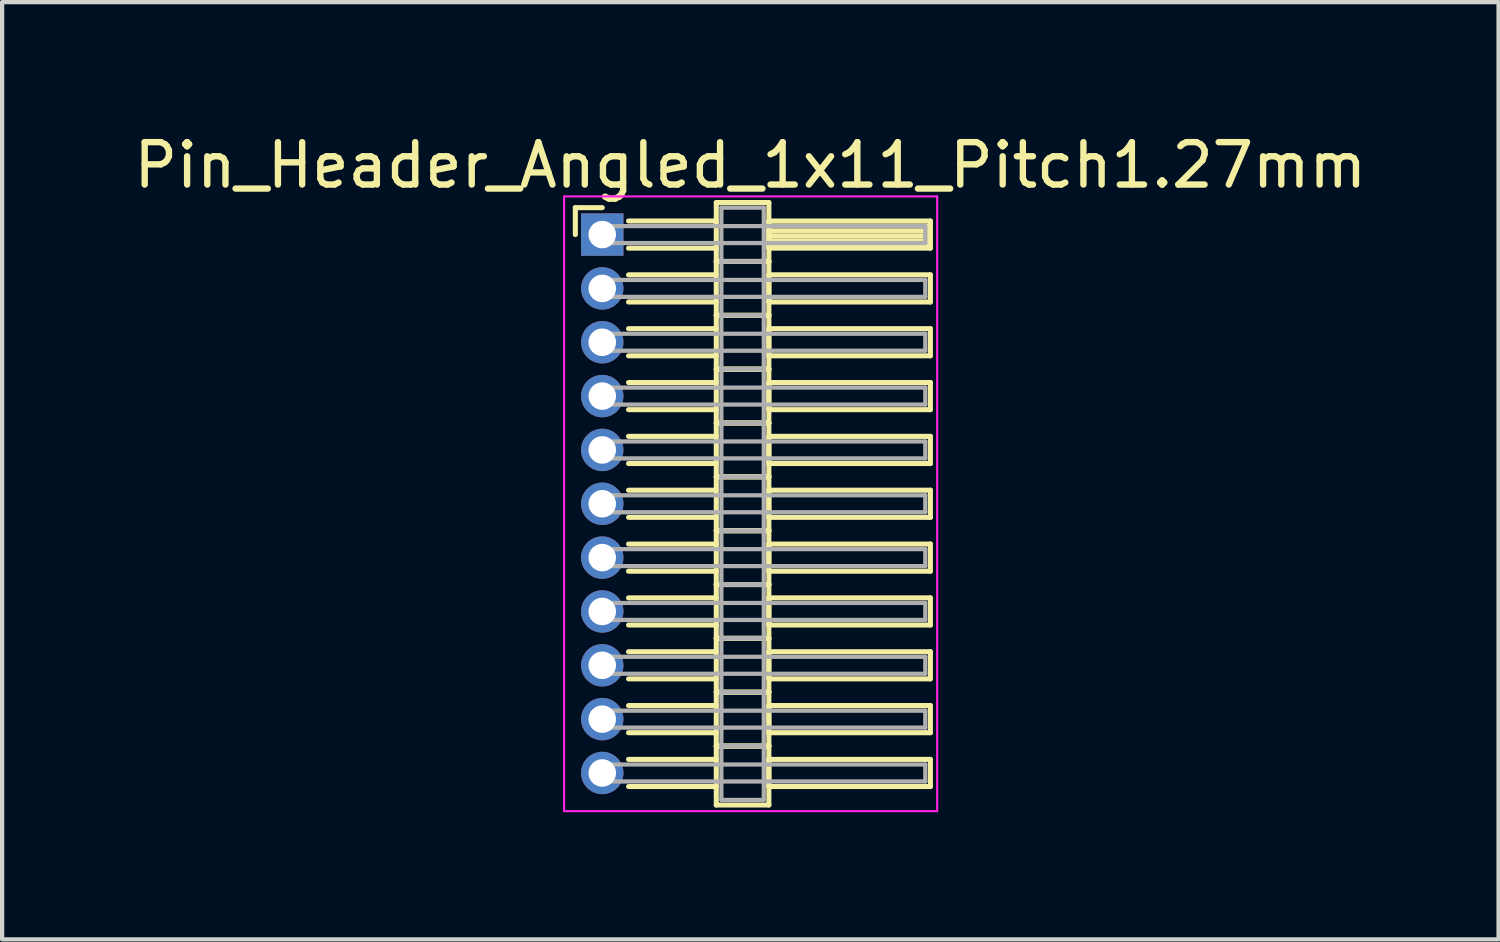
<source format=kicad_pcb>
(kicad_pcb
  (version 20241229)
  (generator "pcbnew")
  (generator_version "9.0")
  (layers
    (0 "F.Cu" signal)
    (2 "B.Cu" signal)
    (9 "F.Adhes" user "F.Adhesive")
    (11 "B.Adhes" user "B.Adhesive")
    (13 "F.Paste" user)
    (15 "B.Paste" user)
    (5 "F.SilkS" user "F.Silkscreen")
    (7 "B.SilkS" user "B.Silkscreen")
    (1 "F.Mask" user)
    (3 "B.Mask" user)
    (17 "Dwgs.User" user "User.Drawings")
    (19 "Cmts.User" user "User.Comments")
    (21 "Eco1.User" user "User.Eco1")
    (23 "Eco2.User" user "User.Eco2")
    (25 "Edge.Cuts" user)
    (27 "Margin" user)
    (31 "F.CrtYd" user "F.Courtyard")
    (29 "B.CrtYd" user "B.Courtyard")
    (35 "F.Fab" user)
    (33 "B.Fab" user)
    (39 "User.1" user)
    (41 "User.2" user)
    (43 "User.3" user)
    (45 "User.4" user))
  (footprint "Pin_Header_Angled_1x11_Pitch1.27mm"
    (layer "F.Cu")
    (at 11.156 2.483)
    (property "Reference" "Pin_Header_Angled_1x11_Pitch1.27mm" (at 3.493 -1.635 0) (layer "F.SilkS") (effects (font (size 1 1) (thickness 0.15))))
    (attr through_hole)
    (fp_line (start -0.635 -0.635) (end 0 -0.635) (stroke (width 0.12) (type solid)) (layer "F.SilkS"))
    (fp_line (start -0.635 0) (end -0.635 -0.635) (stroke (width 0.12) (type solid)) (layer "F.SilkS"))
    (fp_line (start 0.62 -0.32) (end 2.69 -0.32) (stroke (width 0.12) (type solid)) (layer "F.SilkS"))
    (fp_line (start 0.62 0.32) (end 2.69 0.32) (stroke (width 0.12) (type solid)) (layer "F.SilkS"))
    (fp_line (start 0.62 0.95) (end 2.69 0.95) (stroke (width 0.12) (type solid)) (layer "F.SilkS"))
    (fp_line (start 0.62 1.59) (end 2.69 1.59) (stroke (width 0.12) (type solid)) (layer "F.SilkS"))
    (fp_line (start 0.62 2.22) (end 2.69 2.22) (stroke (width 0.12) (type solid)) (layer "F.SilkS"))
    (fp_line (start 0.62 2.86) (end 2.69 2.86) (stroke (width 0.12) (type solid)) (layer "F.SilkS"))
    (fp_line (start 0.62 3.49) (end 2.69 3.49) (stroke (width 0.12) (type solid)) (layer "F.SilkS"))
    (fp_line (start 0.62 4.13) (end 2.69 4.13) (stroke (width 0.12) (type solid)) (layer "F.SilkS"))
    (fp_line (start 0.62 4.76) (end 2.69 4.76) (stroke (width 0.12) (type solid)) (layer "F.SilkS"))
    (fp_line (start 0.62 5.4) (end 2.69 5.4) (stroke (width 0.12) (type solid)) (layer "F.SilkS"))
    (fp_line (start 0.62 6.03) (end 2.69 6.03) (stroke (width 0.12) (type solid)) (layer "F.SilkS"))
    (fp_line (start 0.62 6.67) (end 2.69 6.67) (stroke (width 0.12) (type solid)) (layer "F.SilkS"))
    (fp_line (start 0.62 7.3) (end 2.69 7.3) (stroke (width 0.12) (type solid)) (layer "F.SilkS"))
    (fp_line (start 0.62 7.94) (end 2.69 7.94) (stroke (width 0.12) (type solid)) (layer "F.SilkS"))
    (fp_line (start 0.62 8.57) (end 2.69 8.57) (stroke (width 0.12) (type solid)) (layer "F.SilkS"))
    (fp_line (start 0.62 9.21) (end 2.69 9.21) (stroke (width 0.12) (type solid)) (layer "F.SilkS"))
    (fp_line (start 0.62 9.84) (end 2.69 9.84) (stroke (width 0.12) (type solid)) (layer "F.SilkS"))
    (fp_line (start 0.62 10.48) (end 2.69 10.48) (stroke (width 0.12) (type solid)) (layer "F.SilkS"))
    (fp_line (start 0.62 11.11) (end 2.69 11.11) (stroke (width 0.12) (type solid)) (layer "F.SilkS"))
    (fp_line (start 0.62 11.75) (end 2.69 11.75) (stroke (width 0.12) (type solid)) (layer "F.SilkS"))
    (fp_line (start 0.62 12.38) (end 2.69 12.38) (stroke (width 0.12) (type solid)) (layer "F.SilkS"))
    (fp_line (start 0.62 13.02) (end 2.69 13.02) (stroke (width 0.12) (type solid)) (layer "F.SilkS"))
    (fp_line (start 2.69 -0.755) (end 2.69 0.635) (stroke (width 0.12) (type solid)) (layer "F.SilkS"))
    (fp_line (start 2.69 0.635) (end 2.69 1.905) (stroke (width 0.12) (type solid)) (layer "F.SilkS"))
    (fp_line (start 2.69 0.635) (end 3.93 0.635) (stroke (width 0.12) (type solid)) (layer "F.SilkS"))
    (fp_line (start 2.69 1.905) (end 2.69 3.175) (stroke (width 0.12) (type solid)) (layer "F.SilkS"))
    (fp_line (start 2.69 1.905) (end 3.93 1.905) (stroke (width 0.12) (type solid)) (layer "F.SilkS"))
    (fp_line (start 2.69 3.175) (end 2.69 4.445) (stroke (width 0.12) (type solid)) (layer "F.SilkS"))
    (fp_line (start 2.69 3.175) (end 3.93 3.175) (stroke (width 0.12) (type solid)) (layer "F.SilkS"))
    (fp_line (start 2.69 4.445) (end 2.69 5.715) (stroke (width 0.12) (type solid)) (layer "F.SilkS"))
    (fp_line (start 2.69 4.445) (end 3.93 4.445) (stroke (width 0.12) (type solid)) (layer "F.SilkS"))
    (fp_line (start 2.69 5.715) (end 2.69 6.985) (stroke (width 0.12) (type solid)) (layer "F.SilkS"))
    (fp_line (start 2.69 5.715) (end 3.93 5.715) (stroke (width 0.12) (type solid)) (layer "F.SilkS"))
    (fp_line (start 2.69 6.985) (end 2.69 8.255) (stroke (width 0.12) (type solid)) (layer "F.SilkS"))
    (fp_line (start 2.69 6.985) (end 3.93 6.985) (stroke (width 0.12) (type solid)) (layer "F.SilkS"))
    (fp_line (start 2.69 8.255) (end 2.69 9.525) (stroke (width 0.12) (type solid)) (layer "F.SilkS"))
    (fp_line (start 2.69 8.255) (end 3.93 8.255) (stroke (width 0.12) (type solid)) (layer "F.SilkS"))
    (fp_line (start 2.69 9.525) (end 2.69 10.795) (stroke (width 0.12) (type solid)) (layer "F.SilkS"))
    (fp_line (start 2.69 9.525) (end 3.93 9.525) (stroke (width 0.12) (type solid)) (layer "F.SilkS"))
    (fp_line (start 2.69 10.795) (end 2.69 12.065) (stroke (width 0.12) (type solid)) (layer "F.SilkS"))
    (fp_line (start 2.69 10.795) (end 3.93 10.795) (stroke (width 0.12) (type solid)) (layer "F.SilkS"))
    (fp_line (start 2.69 12.065) (end 2.69 13.455) (stroke (width 0.12) (type solid)) (layer "F.SilkS"))
    (fp_line (start 2.69 12.065) (end 3.93 12.065) (stroke (width 0.12) (type solid)) (layer "F.SilkS"))
    (fp_line (start 2.69 13.455) (end 3.93 13.455) (stroke (width 0.12) (type solid)) (layer "F.SilkS"))
    (fp_line (start 3.93 -0.755) (end 2.69 -0.755) (stroke (width 0.12) (type solid)) (layer "F.SilkS"))
    (fp_line (start 3.93 -0.32) (end 3.93 0.32) (stroke (width 0.12) (type solid)) (layer "F.SilkS"))
    (fp_line (start 3.93 -0.2) (end 7.74 -0.2) (stroke (width 0.12) (type solid)) (layer "F.SilkS"))
    (fp_line (start 3.93 -0.08) (end 7.74 -0.08) (stroke (width 0.12) (type solid)) (layer "F.SilkS"))
    (fp_line (start 3.93 0.04) (end 7.74 0.04) (stroke (width 0.12) (type solid)) (layer "F.SilkS"))
    (fp_line (start 3.93 0.16) (end 7.74 0.16) (stroke (width 0.12) (type solid)) (layer "F.SilkS"))
    (fp_line (start 3.93 0.28) (end 7.74 0.28) (stroke (width 0.12) (type solid)) (layer "F.SilkS"))
    (fp_line (start 3.93 0.32) (end 7.74 0.32) (stroke (width 0.12) (type solid)) (layer "F.SilkS"))
    (fp_line (start 3.93 0.635) (end 2.69 0.635) (stroke (width 0.12) (type solid)) (layer "F.SilkS"))
    (fp_line (start 3.93 0.635) (end 3.93 -0.755) (stroke (width 0.12) (type solid)) (layer "F.SilkS"))
    (fp_line (start 3.93 0.95) (end 3.93 1.59) (stroke (width 0.12) (type solid)) (layer "F.SilkS"))
    (fp_line (start 3.93 1.59) (end 7.74 1.59) (stroke (width 0.12) (type solid)) (layer "F.SilkS"))
    (fp_line (start 3.93 1.905) (end 2.69 1.905) (stroke (width 0.12) (type solid)) (layer "F.SilkS"))
    (fp_line (start 3.93 1.905) (end 3.93 0.635) (stroke (width 0.12) (type solid)) (layer "F.SilkS"))
    (fp_line (start 3.93 2.22) (end 3.93 2.86) (stroke (width 0.12) (type solid)) (layer "F.SilkS"))
    (fp_line (start 3.93 2.86) (end 7.74 2.86) (stroke (width 0.12) (type solid)) (layer "F.SilkS"))
    (fp_line (start 3.93 3.175) (end 2.69 3.175) (stroke (width 0.12) (type solid)) (layer "F.SilkS"))
    (fp_line (start 3.93 3.175) (end 3.93 1.905) (stroke (width 0.12) (type solid)) (layer "F.SilkS"))
    (fp_line (start 3.93 3.49) (end 3.93 4.13) (stroke (width 0.12) (type solid)) (layer "F.SilkS"))
    (fp_line (start 3.93 4.13) (end 7.74 4.13) (stroke (width 0.12) (type solid)) (layer "F.SilkS"))
    (fp_line (start 3.93 4.445) (end 2.69 4.445) (stroke (width 0.12) (type solid)) (layer "F.SilkS"))
    (fp_line (start 3.93 4.445) (end 3.93 3.175) (stroke (width 0.12) (type solid)) (layer "F.SilkS"))
    (fp_line (start 3.93 4.76) (end 3.93 5.4) (stroke (width 0.12) (type solid)) (layer "F.SilkS"))
    (fp_line (start 3.93 5.4) (end 7.74 5.4) (stroke (width 0.12) (type solid)) (layer "F.SilkS"))
    (fp_line (start 3.93 5.715) (end 2.69 5.715) (stroke (width 0.12) (type solid)) (layer "F.SilkS"))
    (fp_line (start 3.93 5.715) (end 3.93 4.445) (stroke (width 0.12) (type solid)) (layer "F.SilkS"))
    (fp_line (start 3.93 6.03) (end 3.93 6.67) (stroke (width 0.12) (type solid)) (layer "F.SilkS"))
    (fp_line (start 3.93 6.67) (end 7.74 6.67) (stroke (width 0.12) (type solid)) (layer "F.SilkS"))
    (fp_line (start 3.93 6.985) (end 2.69 6.985) (stroke (width 0.12) (type solid)) (layer "F.SilkS"))
    (fp_line (start 3.93 6.985) (end 3.93 5.715) (stroke (width 0.12) (type solid)) (layer "F.SilkS"))
    (fp_line (start 3.93 7.3) (end 3.93 7.94) (stroke (width 0.12) (type solid)) (layer "F.SilkS"))
    (fp_line (start 3.93 7.94) (end 7.74 7.94) (stroke (width 0.12) (type solid)) (layer "F.SilkS"))
    (fp_line (start 3.93 8.255) (end 2.69 8.255) (stroke (width 0.12) (type solid)) (layer "F.SilkS"))
    (fp_line (start 3.93 8.255) (end 3.93 6.985) (stroke (width 0.12) (type solid)) (layer "F.SilkS"))
    (fp_line (start 3.93 8.57) (end 3.93 9.21) (stroke (width 0.12) (type solid)) (layer "F.SilkS"))
    (fp_line (start 3.93 9.21) (end 7.74 9.21) (stroke (width 0.12) (type solid)) (layer "F.SilkS"))
    (fp_line (start 3.93 9.525) (end 2.69 9.525) (stroke (width 0.12) (type solid)) (layer "F.SilkS"))
    (fp_line (start 3.93 9.525) (end 3.93 8.255) (stroke (width 0.12) (type solid)) (layer "F.SilkS"))
    (fp_line (start 3.93 9.84) (end 3.93 10.48) (stroke (width 0.12) (type solid)) (layer "F.SilkS"))
    (fp_line (start 3.93 10.48) (end 7.74 10.48) (stroke (width 0.12) (type solid)) (layer "F.SilkS"))
    (fp_line (start 3.93 10.795) (end 2.69 10.795) (stroke (width 0.12) (type solid)) (layer "F.SilkS"))
    (fp_line (start 3.93 10.795) (end 3.93 9.525) (stroke (width 0.12) (type solid)) (layer "F.SilkS"))
    (fp_line (start 3.93 11.11) (end 3.93 11.75) (stroke (width 0.12) (type solid)) (layer "F.SilkS"))
    (fp_line (start 3.93 11.75) (end 7.74 11.75) (stroke (width 0.12) (type solid)) (layer "F.SilkS"))
    (fp_line (start 3.93 12.065) (end 2.69 12.065) (stroke (width 0.12) (type solid)) (layer "F.SilkS"))
    (fp_line (start 3.93 12.065) (end 3.93 10.795) (stroke (width 0.12) (type solid)) (layer "F.SilkS"))
    (fp_line (start 3.93 12.38) (end 3.93 13.02) (stroke (width 0.12) (type solid)) (layer "F.SilkS"))
    (fp_line (start 3.93 13.02) (end 7.74 13.02) (stroke (width 0.12) (type solid)) (layer "F.SilkS"))
    (fp_line (start 3.93 13.455) (end 3.93 12.065) (stroke (width 0.12) (type solid)) (layer "F.SilkS"))
    (fp_line (start 7.74 -0.32) (end 3.93 -0.32) (stroke (width 0.12) (type solid)) (layer "F.SilkS"))
    (fp_line (start 7.74 0.32) (end 7.74 -0.32) (stroke (width 0.12) (type solid)) (layer "F.SilkS"))
    (fp_line (start 7.74 0.95) (end 3.93 0.95) (stroke (width 0.12) (type solid)) (layer "F.SilkS"))
    (fp_line (start 7.74 1.59) (end 7.74 0.95) (stroke (width 0.12) (type solid)) (layer "F.SilkS"))
    (fp_line (start 7.74 2.22) (end 3.93 2.22) (stroke (width 0.12) (type solid)) (layer "F.SilkS"))
    (fp_line (start 7.74 2.86) (end 7.74 2.22) (stroke (width 0.12) (type solid)) (layer "F.SilkS"))
    (fp_line (start 7.74 3.49) (end 3.93 3.49) (stroke (width 0.12) (type solid)) (layer "F.SilkS"))
    (fp_line (start 7.74 4.13) (end 7.74 3.49) (stroke (width 0.12) (type solid)) (layer "F.SilkS"))
    (fp_line (start 7.74 4.76) (end 3.93 4.76) (stroke (width 0.12) (type solid)) (layer "F.SilkS"))
    (fp_line (start 7.74 5.4) (end 7.74 4.76) (stroke (width 0.12) (type solid)) (layer "F.SilkS"))
    (fp_line (start 7.74 6.03) (end 3.93 6.03) (stroke (width 0.12) (type solid)) (layer "F.SilkS"))
    (fp_line (start 7.74 6.67) (end 7.74 6.03) (stroke (width 0.12) (type solid)) (layer "F.SilkS"))
    (fp_line (start 7.74 7.3) (end 3.93 7.3) (stroke (width 0.12) (type solid)) (layer "F.SilkS"))
    (fp_line (start 7.74 7.94) (end 7.74 7.3) (stroke (width 0.12) (type solid)) (layer "F.SilkS"))
    (fp_line (start 7.74 8.57) (end 3.93 8.57) (stroke (width 0.12) (type solid)) (layer "F.SilkS"))
    (fp_line (start 7.74 9.21) (end 7.74 8.57) (stroke (width 0.12) (type solid)) (layer "F.SilkS"))
    (fp_line (start 7.74 9.84) (end 3.93 9.84) (stroke (width 0.12) (type solid)) (layer "F.SilkS"))
    (fp_line (start 7.74 10.48) (end 7.74 9.84) (stroke (width 0.12) (type solid)) (layer "F.SilkS"))
    (fp_line (start 7.74 11.11) (end 3.93 11.11) (stroke (width 0.12) (type solid)) (layer "F.SilkS"))
    (fp_line (start 7.74 11.75) (end 7.74 11.11) (stroke (width 0.12) (type solid)) (layer "F.SilkS"))
    (fp_line (start 7.74 12.38) (end 3.93 12.38) (stroke (width 0.12) (type solid)) (layer "F.SilkS"))
    (fp_line (start 7.74 13.02) (end 7.74 12.38) (stroke (width 0.12) (type solid)) (layer "F.SilkS"))
    (fp_line (start -0.9 -0.9) (end -0.9 13.6) (stroke (width 0.05) (type solid)) (layer "F.CrtYd"))
    (fp_line (start -0.9 13.6) (end 7.9 13.6) (stroke (width 0.05) (type solid)) (layer "F.CrtYd"))
    (fp_line (start 7.9 -0.9) (end -0.9 -0.9) (stroke (width 0.05) (type solid)) (layer "F.CrtYd"))
    (fp_line (start 7.9 13.6) (end 7.9 -0.9) (stroke (width 0.05) (type solid)) (layer "F.CrtYd"))
    (fp_line (start 0 -0.2) (end 0 0.2) (stroke (width 0.1) (type solid)) (layer "F.Fab"))
    (fp_line (start 0 0.2) (end 7.62 0.2) (stroke (width 0.1) (type solid)) (layer "F.Fab"))
    (fp_line (start 0 1.07) (end 0 1.47) (stroke (width 0.1) (type solid)) (layer "F.Fab"))
    (fp_line (start 0 1.47) (end 7.62 1.47) (stroke (width 0.1) (type solid)) (layer "F.Fab"))
    (fp_line (start 0 2.34) (end 0 2.74) (stroke (width 0.1) (type solid)) (layer "F.Fab"))
    (fp_line (start 0 2.74) (end 7.62 2.74) (stroke (width 0.1) (type solid)) (layer "F.Fab"))
    (fp_line (start 0 3.61) (end 0 4.01) (stroke (width 0.1) (type solid)) (layer "F.Fab"))
    (fp_line (start 0 4.01) (end 7.62 4.01) (stroke (width 0.1) (type solid)) (layer "F.Fab"))
    (fp_line (start 0 4.88) (end 0 5.28) (stroke (width 0.1) (type solid)) (layer "F.Fab"))
    (fp_line (start 0 5.28) (end 7.62 5.28) (stroke (width 0.1) (type solid)) (layer "F.Fab"))
    (fp_line (start 0 6.15) (end 0 6.55) (stroke (width 0.1) (type solid)) (layer "F.Fab"))
    (fp_line (start 0 6.55) (end 7.62 6.55) (stroke (width 0.1) (type solid)) (layer "F.Fab"))
    (fp_line (start 0 7.42) (end 0 7.82) (stroke (width 0.1) (type solid)) (layer "F.Fab"))
    (fp_line (start 0 7.82) (end 7.62 7.82) (stroke (width 0.1) (type solid)) (layer "F.Fab"))
    (fp_line (start 0 8.69) (end 0 9.09) (stroke (width 0.1) (type solid)) (layer "F.Fab"))
    (fp_line (start 0 9.09) (end 7.62 9.09) (stroke (width 0.1) (type solid)) (layer "F.Fab"))
    (fp_line (start 0 9.96) (end 0 10.36) (stroke (width 0.1) (type solid)) (layer "F.Fab"))
    (fp_line (start 0 10.36) (end 7.62 10.36) (stroke (width 0.1) (type solid)) (layer "F.Fab"))
    (fp_line (start 0 11.23) (end 0 11.63) (stroke (width 0.1) (type solid)) (layer "F.Fab"))
    (fp_line (start 0 11.63) (end 7.62 11.63) (stroke (width 0.1) (type solid)) (layer "F.Fab"))
    (fp_line (start 0 12.5) (end 0 12.9) (stroke (width 0.1) (type solid)) (layer "F.Fab"))
    (fp_line (start 0 12.9) (end 7.62 12.9) (stroke (width 0.1) (type solid)) (layer "F.Fab"))
    (fp_line (start 2.81 -0.635) (end 2.81 0.635) (stroke (width 0.1) (type solid)) (layer "F.Fab"))
    (fp_line (start 2.81 0.635) (end 2.81 1.905) (stroke (width 0.1) (type solid)) (layer "F.Fab"))
    (fp_line (start 2.81 0.635) (end 3.81 0.635) (stroke (width 0.1) (type solid)) (layer "F.Fab"))
    (fp_line (start 2.81 1.905) (end 2.81 3.175) (stroke (width 0.1) (type solid)) (layer "F.Fab"))
    (fp_line (start 2.81 1.905) (end 3.81 1.905) (stroke (width 0.1) (type solid)) (layer "F.Fab"))
    (fp_line (start 2.81 3.175) (end 2.81 4.445) (stroke (width 0.1) (type solid)) (layer "F.Fab"))
    (fp_line (start 2.81 3.175) (end 3.81 3.175) (stroke (width 0.1) (type solid)) (layer "F.Fab"))
    (fp_line (start 2.81 4.445) (end 2.81 5.715) (stroke (width 0.1) (type solid)) (layer "F.Fab"))
    (fp_line (start 2.81 4.445) (end 3.81 4.445) (stroke (width 0.1) (type solid)) (layer "F.Fab"))
    (fp_line (start 2.81 5.715) (end 2.81 6.985) (stroke (width 0.1) (type solid)) (layer "F.Fab"))
    (fp_line (start 2.81 5.715) (end 3.81 5.715) (stroke (width 0.1) (type solid)) (layer "F.Fab"))
    (fp_line (start 2.81 6.985) (end 2.81 8.255) (stroke (width 0.1) (type solid)) (layer "F.Fab"))
    (fp_line (start 2.81 6.985) (end 3.81 6.985) (stroke (width 0.1) (type solid)) (layer "F.Fab"))
    (fp_line (start 2.81 8.255) (end 2.81 9.525) (stroke (width 0.1) (type solid)) (layer "F.Fab"))
    (fp_line (start 2.81 8.255) (end 3.81 8.255) (stroke (width 0.1) (type solid)) (layer "F.Fab"))
    (fp_line (start 2.81 9.525) (end 2.81 10.795) (stroke (width 0.1) (type solid)) (layer "F.Fab"))
    (fp_line (start 2.81 9.525) (end 3.81 9.525) (stroke (width 0.1) (type solid)) (layer "F.Fab"))
    (fp_line (start 2.81 10.795) (end 2.81 12.065) (stroke (width 0.1) (type solid)) (layer "F.Fab"))
    (fp_line (start 2.81 10.795) (end 3.81 10.795) (stroke (width 0.1) (type solid)) (layer "F.Fab"))
    (fp_line (start 2.81 12.065) (end 2.81 13.335) (stroke (width 0.1) (type solid)) (layer "F.Fab"))
    (fp_line (start 2.81 12.065) (end 3.81 12.065) (stroke (width 0.1) (type solid)) (layer "F.Fab"))
    (fp_line (start 2.81 13.335) (end 3.81 13.335) (stroke (width 0.1) (type solid)) (layer "F.Fab"))
    (fp_line (start 3.81 -0.635) (end 2.81 -0.635) (stroke (width 0.1) (type solid)) (layer "F.Fab"))
    (fp_line (start 3.81 0.635) (end 2.81 0.635) (stroke (width 0.1) (type solid)) (layer "F.Fab"))
    (fp_line (start 3.81 0.635) (end 3.81 -0.635) (stroke (width 0.1) (type solid)) (layer "F.Fab"))
    (fp_line (start 3.81 1.905) (end 2.81 1.905) (stroke (width 0.1) (type solid)) (layer "F.Fab"))
    (fp_line (start 3.81 1.905) (end 3.81 0.635) (stroke (width 0.1) (type solid)) (layer "F.Fab"))
    (fp_line (start 3.81 3.175) (end 2.81 3.175) (stroke (width 0.1) (type solid)) (layer "F.Fab"))
    (fp_line (start 3.81 3.175) (end 3.81 1.905) (stroke (width 0.1) (type solid)) (layer "F.Fab"))
    (fp_line (start 3.81 4.445) (end 2.81 4.445) (stroke (width 0.1) (type solid)) (layer "F.Fab"))
    (fp_line (start 3.81 4.445) (end 3.81 3.175) (stroke (width 0.1) (type solid)) (layer "F.Fab"))
    (fp_line (start 3.81 5.715) (end 2.81 5.715) (stroke (width 0.1) (type solid)) (layer "F.Fab"))
    (fp_line (start 3.81 5.715) (end 3.81 4.445) (stroke (width 0.1) (type solid)) (layer "F.Fab"))
    (fp_line (start 3.81 6.985) (end 2.81 6.985) (stroke (width 0.1) (type solid)) (layer "F.Fab"))
    (fp_line (start 3.81 6.985) (end 3.81 5.715) (stroke (width 0.1) (type solid)) (layer "F.Fab"))
    (fp_line (start 3.81 8.255) (end 2.81 8.255) (stroke (width 0.1) (type solid)) (layer "F.Fab"))
    (fp_line (start 3.81 8.255) (end 3.81 6.985) (stroke (width 0.1) (type solid)) (layer "F.Fab"))
    (fp_line (start 3.81 9.525) (end 2.81 9.525) (stroke (width 0.1) (type solid)) (layer "F.Fab"))
    (fp_line (start 3.81 9.525) (end 3.81 8.255) (stroke (width 0.1) (type solid)) (layer "F.Fab"))
    (fp_line (start 3.81 10.795) (end 2.81 10.795) (stroke (width 0.1) (type solid)) (layer "F.Fab"))
    (fp_line (start 3.81 10.795) (end 3.81 9.525) (stroke (width 0.1) (type solid)) (layer "F.Fab"))
    (fp_line (start 3.81 12.065) (end 2.81 12.065) (stroke (width 0.1) (type solid)) (layer "F.Fab"))
    (fp_line (start 3.81 12.065) (end 3.81 10.795) (stroke (width 0.1) (type solid)) (layer "F.Fab"))
    (fp_line (start 3.81 13.335) (end 3.81 12.065) (stroke (width 0.1) (type solid)) (layer "F.Fab"))
    (fp_line (start 7.62 -0.2) (end 0 -0.2) (stroke (width 0.1) (type solid)) (layer "F.Fab"))
    (fp_line (start 7.62 0.2) (end 7.62 -0.2) (stroke (width 0.1) (type solid)) (layer "F.Fab"))
    (fp_line (start 7.62 1.07) (end 0 1.07) (stroke (width 0.1) (type solid)) (layer "F.Fab"))
    (fp_line (start 7.62 1.47) (end 7.62 1.07) (stroke (width 0.1) (type solid)) (layer "F.Fab"))
    (fp_line (start 7.62 2.34) (end 0 2.34) (stroke (width 0.1) (type solid)) (layer "F.Fab"))
    (fp_line (start 7.62 2.74) (end 7.62 2.34) (stroke (width 0.1) (type solid)) (layer "F.Fab"))
    (fp_line (start 7.62 3.61) (end 0 3.61) (stroke (width 0.1) (type solid)) (layer "F.Fab"))
    (fp_line (start 7.62 4.01) (end 7.62 3.61) (stroke (width 0.1) (type solid)) (layer "F.Fab"))
    (fp_line (start 7.62 4.88) (end 0 4.88) (stroke (width 0.1) (type solid)) (layer "F.Fab"))
    (fp_line (start 7.62 5.28) (end 7.62 4.88) (stroke (width 0.1) (type solid)) (layer "F.Fab"))
    (fp_line (start 7.62 6.15) (end 0 6.15) (stroke (width 0.1) (type solid)) (layer "F.Fab"))
    (fp_line (start 7.62 6.55) (end 7.62 6.15) (stroke (width 0.1) (type solid)) (layer "F.Fab"))
    (fp_line (start 7.62 7.42) (end 0 7.42) (stroke (width 0.1) (type solid)) (layer "F.Fab"))
    (fp_line (start 7.62 7.82) (end 7.62 7.42) (stroke (width 0.1) (type solid)) (layer "F.Fab"))
    (fp_line (start 7.62 8.69) (end 0 8.69) (stroke (width 0.1) (type solid)) (layer "F.Fab"))
    (fp_line (start 7.62 9.09) (end 7.62 8.69) (stroke (width 0.1) (type solid)) (layer "F.Fab"))
    (fp_line (start 7.62 9.96) (end 0 9.96) (stroke (width 0.1) (type solid)) (layer "F.Fab"))
    (fp_line (start 7.62 10.36) (end 7.62 9.96) (stroke (width 0.1) (type solid)) (layer "F.Fab"))
    (fp_line (start 7.62 11.23) (end 0 11.23) (stroke (width 0.1) (type solid)) (layer "F.Fab"))
    (fp_line (start 7.62 11.63) (end 7.62 11.23) (stroke (width 0.1) (type solid)) (layer "F.Fab"))
    (fp_line (start 7.62 12.5) (end 0 12.5) (stroke (width 0.1) (type solid)) (layer "F.Fab"))
    (fp_line (start 7.62 12.9) (end 7.62 12.5) (stroke (width 0.1) (type solid)) (layer "F.Fab"))
    (pad "1" thru_hole rect (at 0 0) (size 1 1) (drill 0.65) (layers "*.Cu" "*.Mask"))
    (pad "2" thru_hole oval (at 0 1.27) (size 1 1) (drill 0.65) (layers "*.Cu" "*.Mask"))
    (pad "3" thru_hole oval (at 0 2.54) (size 1 1) (drill 0.65) (layers "*.Cu" "*.Mask"))
    (pad "4" thru_hole oval (at 0 3.81) (size 1 1) (drill 0.65) (layers "*.Cu" "*.Mask"))
    (pad "5" thru_hole oval (at 0 5.08) (size 1 1) (drill 0.65) (layers "*.Cu" "*.Mask"))
    (pad "6" thru_hole oval (at 0 6.35) (size 1 1) (drill 0.65) (layers "*.Cu" "*.Mask"))
    (pad "7" thru_hole oval (at 0 7.62) (size 1 1) (drill 0.65) (layers "*.Cu" "*.Mask"))
    (pad "8" thru_hole oval (at 0 8.89) (size 1 1) (drill 0.65) (layers "*.Cu" "*.Mask"))
    (pad "9" thru_hole oval (at 0 10.16) (size 1 1) (drill 0.65) (layers "*.Cu" "*.Mask"))
    (pad "10" thru_hole oval (at 0 11.43) (size 1 1) (drill 0.65) (layers "*.Cu" "*.Mask"))
    (pad "11" thru_hole oval (at 0 12.7) (size 1 1) (drill 0.65) (layers "*.Cu" "*.Mask")))
  (gr_rect
    (start -3 -3)
    (end 32.298 19.108)
    (stroke (width 0.1) (type default))
    (fill no)
    (layer "Edge.Cuts")))
</source>
